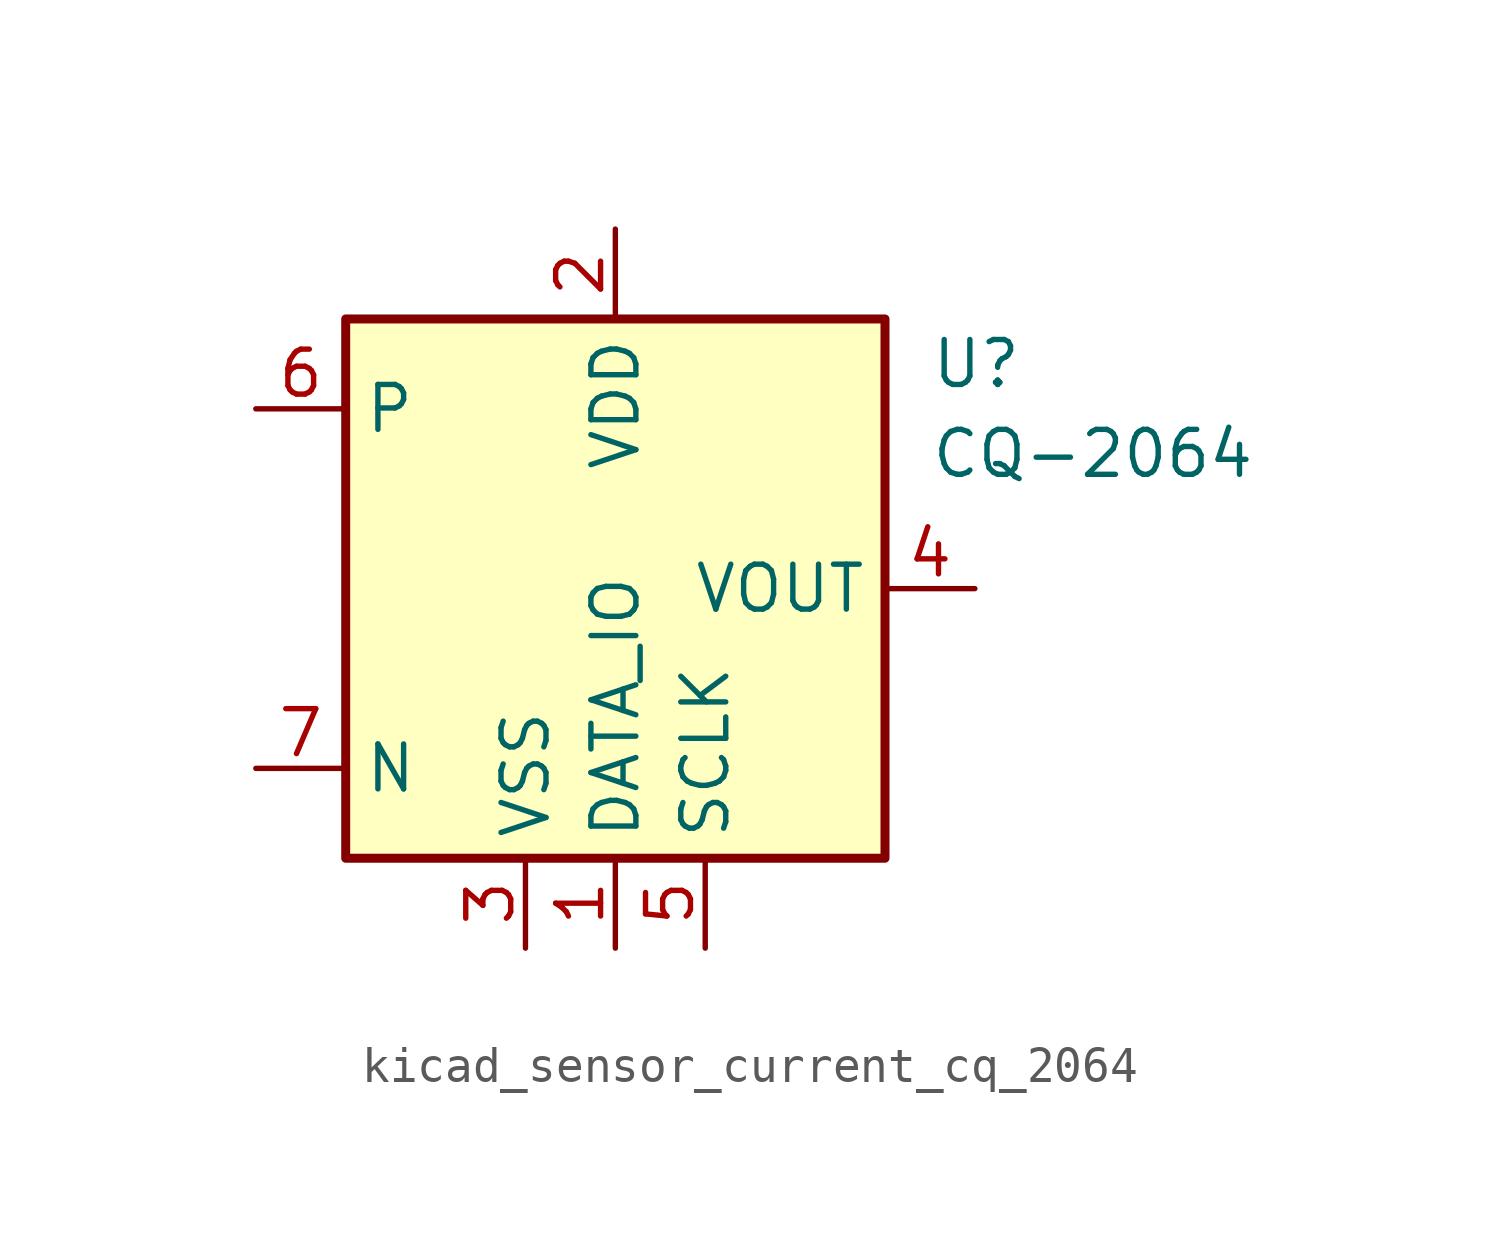
<source format=kicad_sym>
(kicad_symbol_lib
  (version 20220914)
  (generator kicad_symbol_editor)
  (symbol "kicad_sensor_current_cq_2064"
    (property "Reference" "U"
      (at 8.89 6.35 0)
      (effects (font (size 1.27 1.27)) (justify left)))
    (property "Value" "CQ-2064"
      (at 8.89 3.81 0)
      (effects (font (size 1.27 1.27)) (justify left)))
    (symbol "kicad_sensor_current_cq_2064_0_1"
      (rectangle (start -7.62 7.62) (end 7.62 -7.62) (stroke (width 0.254) (type default)) (fill (type background))))
    (symbol "kicad_sensor_current_cq_2064_1_1"
      (pin power_in line (at 0 -10.16 90) (length 2.54) (name "DATA_IO" (effects (font (size 1.27 1.27)))) (number "1" (effects (font (size 1.27 1.27)))))
      (pin power_in line (at 0 10.16 270) (length 2.54) (name "VDD" (effects (font (size 1.27 1.27)))) (number "2" (effects (font (size 1.27 1.27)))))
      (pin power_in line (at -2.54 -10.16 90) (length 2.54) (name "VSS" (effects (font (size 1.27 1.27)))) (number "3" (effects (font (size 1.27 1.27)))))
      (pin output line (at 10.16 0 180) (length 2.54) (name "VOUT" (effects (font (size 1.27 1.27)))) (number "4" (effects (font (size 1.27 1.27)))))
      (pin power_in line (at 2.54 -10.16 90) (length 2.54) (name "SCLK" (effects (font (size 1.27 1.27)))) (number "5" (effects (font (size 1.27 1.27)))))
      (pin passive line (at -10.16 5.08 0) (length 2.54) (name "P" (effects (font (size 1.27 1.27)))) (number "6" (effects (font (size 1.27 1.27)))))
      (pin passive line (at -10.16 -5.08 0) (length 2.54) (name "N" (effects (font (size 1.27 1.27)))) (number "7" (effects (font (size 1.27 1.27))))))))
</source>
